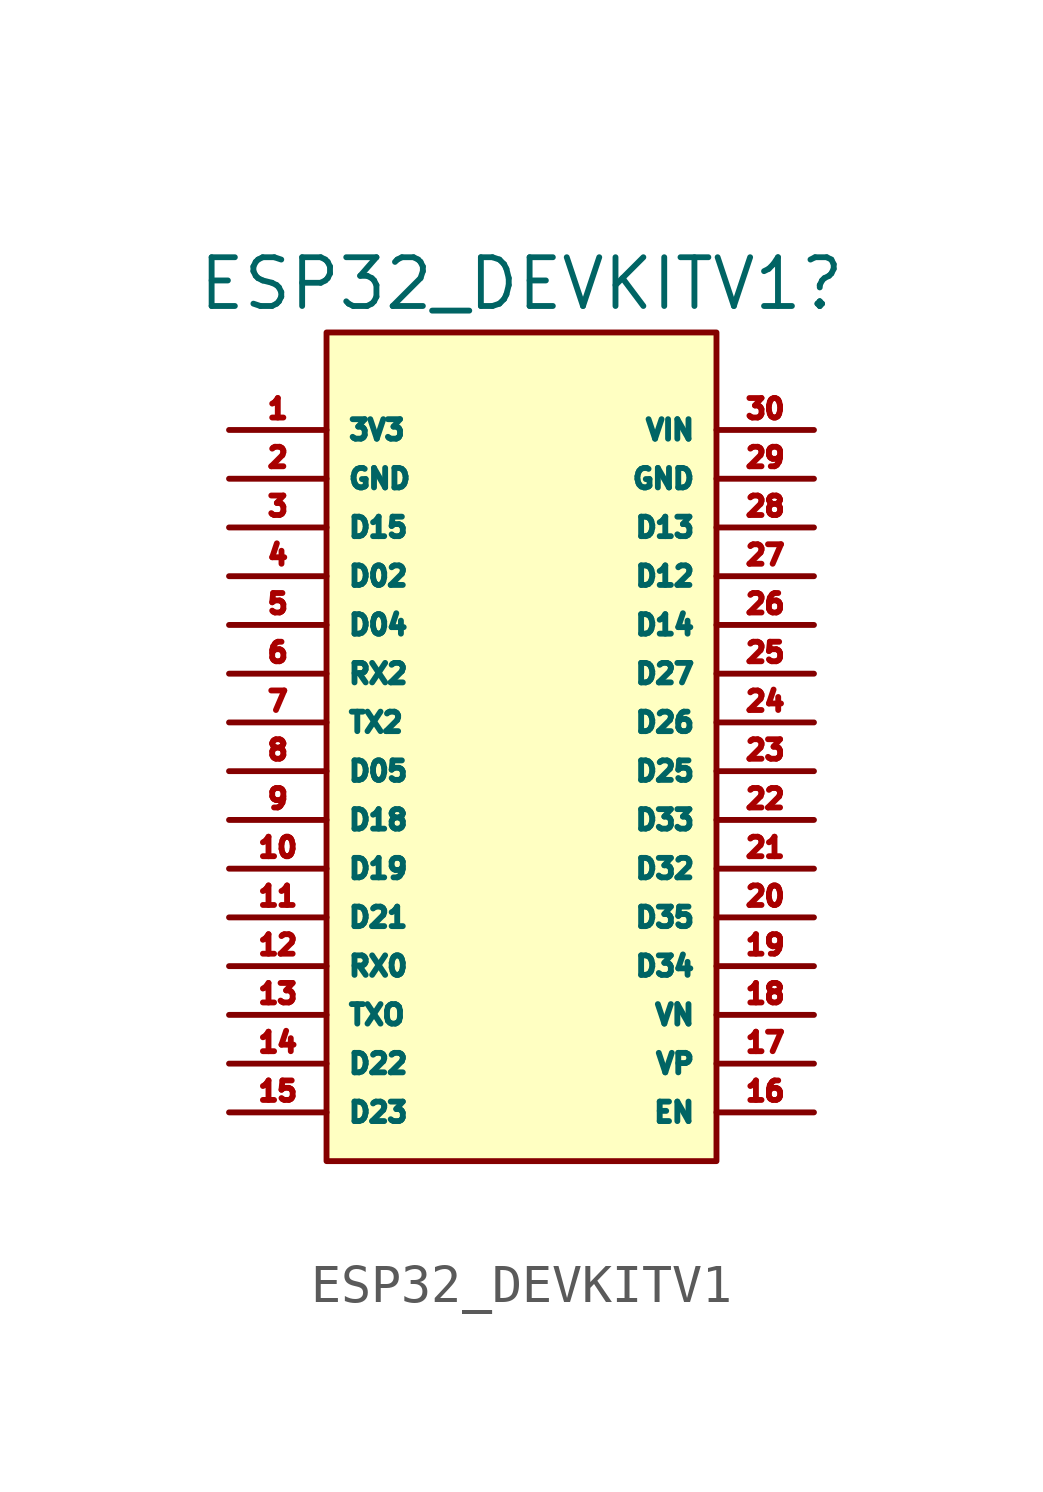
<source format=kicad_sym>
(kicad_symbol_lib
  (version 20231120)
  (generator "kicad_symbol_editor")
  (generator_version "8.0")
  (symbol "ESP32_DEVKITV1"
    (property "Reference" "ESP32_DEVKITV1"
      (at 0 11.43 0)
      (effects (font (size 1.27 1.27))))
    (property "Value" ""
      (at 0 3.81 0)
      (effects (font (size 1.27 1.27))))
    (symbol "ESP32_DEVKITV1_1_1"
      (rectangle (start -5.08 10.16) (end 5.08 -11.43) (stroke (width 0) (type default)) (fill (type background)))
      (pin bidirectional line (at -7.62 7.62 0) (length 2.54) (name "3V3" (effects (font (size 0.508 0.508)))) (number "1" (effects (font (size 0.508 0.508)))))
      (pin bidirectional line (at -7.62 -3.81 0) (length 2.54) (name "D19" (effects (font (size 0.508 0.508)))) (number "10" (effects (font (size 0.508 0.508)))))
      (pin bidirectional line (at -7.62 -5.08 0) (length 2.54) (name "D21" (effects (font (size 0.508 0.508)))) (number "11" (effects (font (size 0.508 0.508)))))
      (pin input line (at -7.62 -6.35 0) (length 2.54) (name "RX0" (effects (font (size 0.508 0.508)))) (number "12" (effects (font (size 0.508 0.508)))))
      (pin output line (at -7.62 -7.62 0) (length 2.54) (name "TXO" (effects (font (size 0.508 0.508)))) (number "13" (effects (font (size 0.508 0.508)))))
      (pin bidirectional line (at -7.62 -8.89 0) (length 2.54) (name "D22" (effects (font (size 0.508 0.508)))) (number "14" (effects (font (size 0.508 0.508)))))
      (pin bidirectional line (at -7.62 -10.16 0) (length 2.54) (name "D23" (effects (font (size 0.508 0.508)))) (number "15" (effects (font (size 0.508 0.508)))))
      (pin bidirectional line (at 7.62 -10.16 180) (length 2.54) (name "EN" (effects (font (size 0.508 0.508)))) (number "16" (effects (font (size 0.508 0.508)))))
      (pin input line (at 7.62 -8.89 180) (length 2.54) (name "VP" (effects (font (size 0.508 0.508)))) (number "17" (effects (font (size 0.508 0.508)))))
      (pin input line (at 7.62 -7.62 180) (length 2.54) (name "VN" (effects (font (size 0.508 0.508)))) (number "18" (effects (font (size 0.508 0.508)))))
      (pin input line (at 7.62 -6.35 180) (length 2.54) (name "D34" (effects (font (size 0.508 0.508)))) (number "19" (effects (font (size 0.508 0.508)))))
      (pin bidirectional line (at -7.62 6.35 0) (length 2.54) (name "GND" (effects (font (size 0.508 0.508)))) (number "2" (effects (font (size 0.508 0.508)))))
      (pin input line (at 7.62 -5.08 180) (length 2.54) (name "D35" (effects (font (size 0.508 0.508)))) (number "20" (effects (font (size 0.508 0.508)))))
      (pin bidirectional line (at 7.62 -3.81 180) (length 2.54) (name "D32" (effects (font (size 0.508 0.508)))) (number "21" (effects (font (size 0.508 0.508)))))
      (pin bidirectional line (at 7.62 -2.54 180) (length 2.54) (name "D33" (effects (font (size 0.508 0.508)))) (number "22" (effects (font (size 0.508 0.508)))))
      (pin bidirectional line (at 7.62 -1.27 180) (length 2.54) (name "D25" (effects (font (size 0.508 0.508)))) (number "23" (effects (font (size 0.508 0.508)))))
      (pin bidirectional line (at 7.62 0 180) (length 2.54) (name "D26" (effects (font (size 0.508 0.508)))) (number "24" (effects (font (size 0.508 0.508)))))
      (pin bidirectional line (at 7.62 1.27 180) (length 2.54) (name "D27" (effects (font (size 0.508 0.508)))) (number "25" (effects (font (size 0.508 0.508)))))
      (pin bidirectional line (at 7.62 2.54 180) (length 2.54) (name "D14" (effects (font (size 0.508 0.508)))) (number "26" (effects (font (size 0.508 0.508)))))
      (pin bidirectional line (at 7.62 3.81 180) (length 2.54) (name "D12" (effects (font (size 0.508 0.508)))) (number "27" (effects (font (size 0.508 0.508)))))
      (pin bidirectional line (at 7.62 5.08 180) (length 2.54) (name "D13" (effects (font (size 0.508 0.508)))) (number "28" (effects (font (size 0.508 0.508)))))
      (pin bidirectional line (at 7.62 6.35 180) (length 2.54) (name "GND" (effects (font (size 0.508 0.508)))) (number "29" (effects (font (size 0.508 0.508)))))
      (pin bidirectional line (at -7.62 5.08 0) (length 2.54) (name "D15" (effects (font (size 0.508 0.508)))) (number "3" (effects (font (size 0.508 0.508)))))
      (pin bidirectional line (at 7.62 7.62 180) (length 2.54) (name "VIN" (effects (font (size 0.508 0.508)))) (number "30" (effects (font (size 0.508 0.508)))))
      (pin bidirectional line (at -7.62 3.81 0) (length 2.54) (name "D02" (effects (font (size 0.508 0.508)))) (number "4" (effects (font (size 0.508 0.508)))))
      (pin bidirectional line (at -7.62 2.54 0) (length 2.54) (name "D04" (effects (font (size 0.508 0.508)))) (number "5" (effects (font (size 0.508 0.508)))))
      (pin bidirectional line (at -7.62 1.27 0) (length 2.54) (name "RX2" (effects (font (size 0.508 0.508)))) (number "6" (effects (font (size 0.508 0.508)))))
      (pin bidirectional line (at -7.62 0 0) (length 2.54) (name "TX2" (effects (font (size 0.508 0.508)))) (number "7" (effects (font (size 0.508 0.508)))))
      (pin bidirectional line (at -7.62 -1.27 0) (length 2.54) (name "D05" (effects (font (size 0.508 0.508)))) (number "8" (effects (font (size 0.508 0.508)))))
      (pin bidirectional line (at -7.62 -2.54 0) (length 2.54) (name "D18" (effects (font (size 0.508 0.508)))) (number "9" (effects (font (size 0.508 0.508))))))))
</source>
